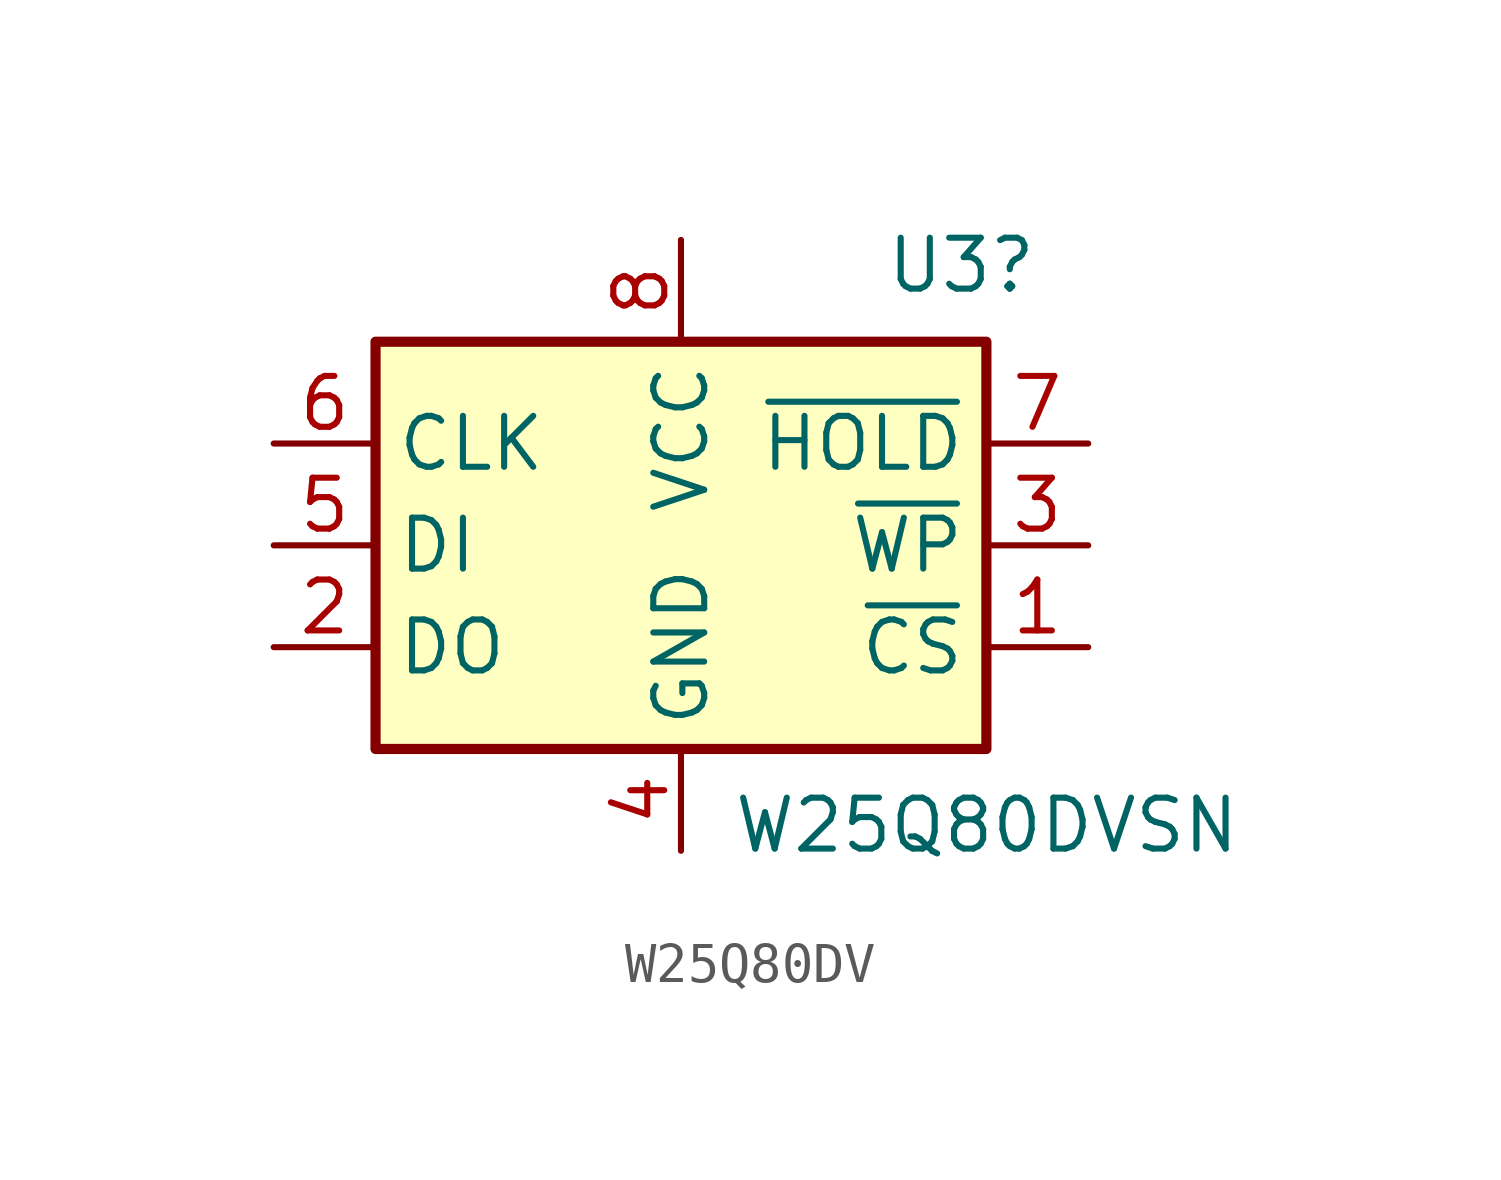
<source format=kicad_sym>
(kicad_symbol_lib
  (version 20220914)
  (generator kicad_symbol_editor)
  (symbol "W25Q80DV"
    (property "Reference" "U3"
      (at 5.08 6.985 0)
      (effects (font (size 1.27 1.27)) (justify left)))
    (property "Value" "W25Q80DVSN"
      (at 1.27 -6.985 0)
      (effects (font (size 1.27 1.27)) (justify left)))
    (symbol "W25Q80DV_0_1"
      (rectangle (start -7.62 5.08) (end 7.62 -5.08) (stroke (width 0.254) (type default)) (fill (type background))))
    (symbol "W25Q80DV_1_1"
      (pin input line (at 10.16 -2.54 180) (length 2.54) (name "~{CS}" (effects (font (size 1.27 1.27)))) (number "1" (effects (font (size 1.27 1.27)))))
      (pin bidirectional line (at -10.16 -2.54 0) (length 2.54) (name "DO" (effects (font (size 1.27 1.27)))) (number "2" (effects (font (size 1.27 1.27)))))
      (pin bidirectional line (at 10.16 0 180) (length 2.54) (name "~{WP}" (effects (font (size 1.27 1.27)))) (number "3" (effects (font (size 1.27 1.27)))))
      (pin power_in line (at 0 -7.62 90) (length 2.54) (name "GND" (effects (font (size 1.27 1.27)))) (number "4" (effects (font (size 1.27 1.27)))))
      (pin bidirectional line (at -10.16 0 0) (length 2.54) (name "DI" (effects (font (size 1.27 1.27)))) (number "5" (effects (font (size 1.27 1.27)))))
      (pin input line (at -10.16 2.54 0) (length 2.54) (name "CLK" (effects (font (size 1.27 1.27)))) (number "6" (effects (font (size 1.27 1.27)))))
      (pin bidirectional line (at 10.16 2.54 180) (length 2.54) (name "~{HOLD}" (effects (font (size 1.27 1.27)))) (number "7" (effects (font (size 1.27 1.27)))))
      (pin power_in line (at 0 7.62 270) (length 2.54) (name "VCC" (effects (font (size 1.27 1.27)))) (number "8" (effects (font (size 1.27 1.27))))))))
</source>
